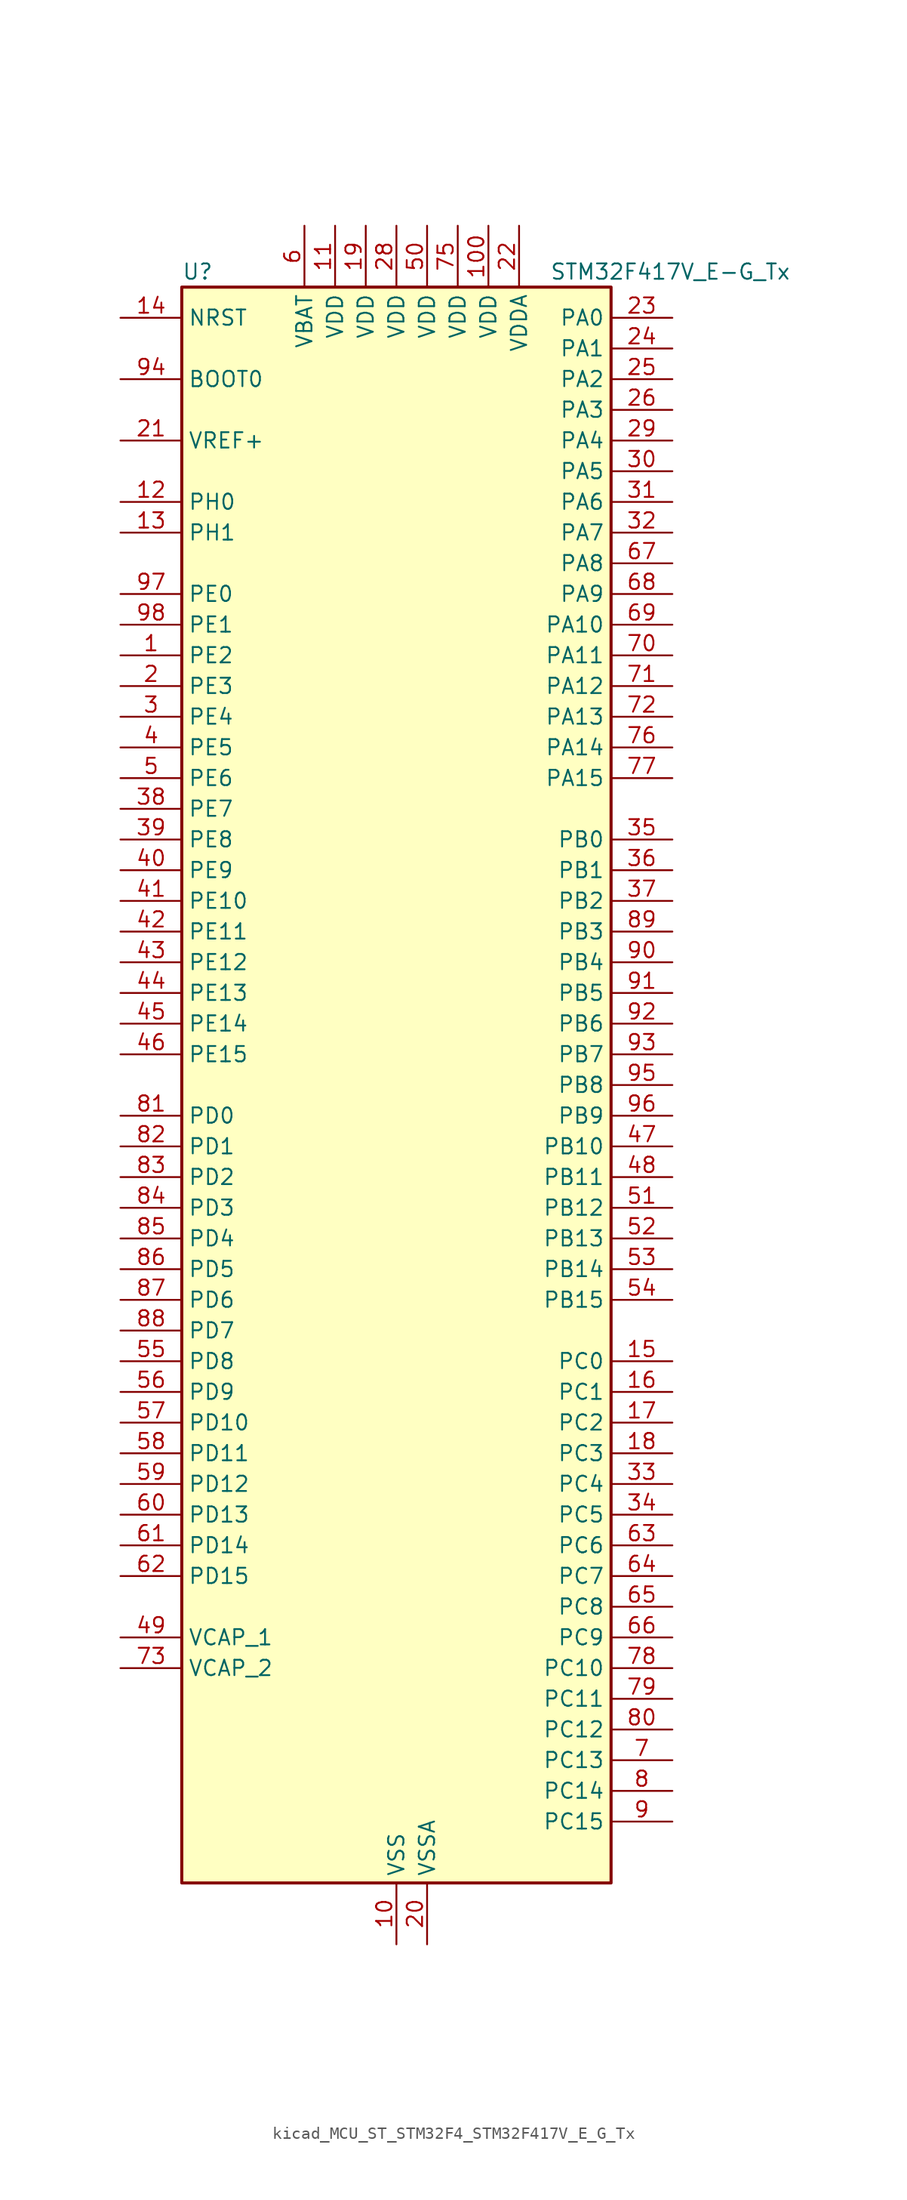
<source format=kicad_sym>
(kicad_symbol_lib
  (version 20220914)
  (generator kicad_symbol_editor)
  (symbol "kicad_MCU_ST_STM32F4_STM32F417V_E_G_Tx"
    (property "Reference" "U"
      (at -17.78 67.31 0)
      (effects (font (size 1.27 1.27)) (justify left)))
    (property "Value" "STM32F417V_E-G_Tx"
      (at 12.7 67.31 0)
      (effects (font (size 1.27 1.27)) (justify left)))
    (property "ki_locked" ""
      (at 0 0 0)
      (effects (font (size 1.27 1.27))))
    (symbol "kicad_MCU_ST_STM32F4_STM32F417V_E_G_Tx_0_1"
      (rectangle (start -17.78 -66.04) (end 17.78 66.04) (stroke (width 0.254) (type default)) (fill (type background))))
    (symbol "kicad_MCU_ST_STM32F4_STM32F417V_E_G_Tx_1_1"
      (pin bidirectional line (at -22.86 35.56 0) (length 5.08) (name "PE2" (effects (font (size 1.27 1.27)))) (number "1" (effects (font (size 1.27 1.27)))) (alternate "ETH_TXD3" bidirectional line) (alternate "FSMC_A23" bidirectional line) (alternate "SYS_TRACECLK" bidirectional line))
      (pin power_in line (at 0 -71.12 90) (length 5.08) (name "VSS" (effects (font (size 1.27 1.27)))) (number "10" (effects (font (size 1.27 1.27)))))
      (pin power_in line (at 7.62 71.12 270) (length 5.08) (name "VDD" (effects (font (size 1.27 1.27)))) (number "100" (effects (font (size 1.27 1.27)))))
      (pin power_in line (at -5.08 71.12 270) (length 5.08) (name "VDD" (effects (font (size 1.27 1.27)))) (number "11" (effects (font (size 1.27 1.27)))))
      (pin bidirectional line (at -22.86 48.26 0) (length 5.08) (name "PH0" (effects (font (size 1.27 1.27)))) (number "12" (effects (font (size 1.27 1.27)))) (alternate "RCC_OSC_IN" bidirectional line))
      (pin bidirectional line (at -22.86 45.72 0) (length 5.08) (name "PH1" (effects (font (size 1.27 1.27)))) (number "13" (effects (font (size 1.27 1.27)))) (alternate "RCC_OSC_OUT" bidirectional line))
      (pin input line (at -22.86 63.5 0) (length 5.08) (name "NRST" (effects (font (size 1.27 1.27)))) (number "14" (effects (font (size 1.27 1.27)))))
      (pin bidirectional line (at 22.86 -22.86 180) (length 5.08) (name "PC0" (effects (font (size 1.27 1.27)))) (number "15" (effects (font (size 1.27 1.27)))) (alternate "ADC1_IN10" bidirectional line) (alternate "ADC2_IN10" bidirectional line) (alternate "ADC3_IN10" bidirectional line) (alternate "USB_OTG_HS_ULPI_STP" bidirectional line))
      (pin bidirectional line (at 22.86 -25.4 180) (length 5.08) (name "PC1" (effects (font (size 1.27 1.27)))) (number "16" (effects (font (size 1.27 1.27)))) (alternate "ADC1_IN11" bidirectional line) (alternate "ADC2_IN11" bidirectional line) (alternate "ADC3_IN11" bidirectional line) (alternate "ETH_MDC" bidirectional line))
      (pin bidirectional line (at 22.86 -27.94 180) (length 5.08) (name "PC2" (effects (font (size 1.27 1.27)))) (number "17" (effects (font (size 1.27 1.27)))) (alternate "ADC1_IN12" bidirectional line) (alternate "ADC2_IN12" bidirectional line) (alternate "ADC3_IN12" bidirectional line) (alternate "ETH_TXD2" bidirectional line) (alternate "I2S2_ext_SD" bidirectional line) (alternate "SPI2_MISO" bidirectional line) (alternate "USB_OTG_HS_ULPI_DIR" bidirectional line))
      (pin bidirectional line (at 22.86 -30.48 180) (length 5.08) (name "PC3" (effects (font (size 1.27 1.27)))) (number "18" (effects (font (size 1.27 1.27)))) (alternate "ADC1_IN13" bidirectional line) (alternate "ADC2_IN13" bidirectional line) (alternate "ADC3_IN13" bidirectional line) (alternate "ETH_TX_CLK" bidirectional line) (alternate "I2S2_SD" bidirectional line) (alternate "SPI2_MOSI" bidirectional line) (alternate "USB_OTG_HS_ULPI_NXT" bidirectional line))
      (pin power_in line (at -2.54 71.12 270) (length 5.08) (name "VDD" (effects (font (size 1.27 1.27)))) (number "19" (effects (font (size 1.27 1.27)))))
      (pin bidirectional line (at -22.86 33.02 0) (length 5.08) (name "PE3" (effects (font (size 1.27 1.27)))) (number "2" (effects (font (size 1.27 1.27)))) (alternate "FSMC_A19" bidirectional line) (alternate "SYS_TRACED0" bidirectional line))
      (pin power_in line (at 2.54 -71.12 90) (length 5.08) (name "VSSA" (effects (font (size 1.27 1.27)))) (number "20" (effects (font (size 1.27 1.27)))))
      (pin input line (at -22.86 53.34 0) (length 5.08) (name "VREF+" (effects (font (size 1.27 1.27)))) (number "21" (effects (font (size 1.27 1.27)))))
      (pin power_in line (at 10.16 71.12 270) (length 5.08) (name "VDDA" (effects (font (size 1.27 1.27)))) (number "22" (effects (font (size 1.27 1.27)))))
      (pin bidirectional line (at 22.86 63.5 180) (length 5.08) (name "PA0" (effects (font (size 1.27 1.27)))) (number "23" (effects (font (size 1.27 1.27)))) (alternate "ADC1_IN0" bidirectional line) (alternate "ADC2_IN0" bidirectional line) (alternate "ADC3_IN0" bidirectional line) (alternate "ETH_CRS" bidirectional line) (alternate "SYS_WKUP" bidirectional line) (alternate "TIM2_CH1" bidirectional line) (alternate "TIM2_ETR" bidirectional line) (alternate "TIM5_CH1" bidirectional line) (alternate "TIM8_ETR" bidirectional line) (alternate "UART4_TX" bidirectional line) (alternate "USART2_CTS" bidirectional line))
      (pin bidirectional line (at 22.86 60.96 180) (length 5.08) (name "PA1" (effects (font (size 1.27 1.27)))) (number "24" (effects (font (size 1.27 1.27)))) (alternate "ADC1_IN1" bidirectional line) (alternate "ADC2_IN1" bidirectional line) (alternate "ADC3_IN1" bidirectional line) (alternate "ETH_REF_CLK" bidirectional line) (alternate "ETH_RX_CLK" bidirectional line) (alternate "TIM2_CH2" bidirectional line) (alternate "TIM5_CH2" bidirectional line) (alternate "UART4_RX" bidirectional line) (alternate "USART2_RTS" bidirectional line))
      (pin bidirectional line (at 22.86 58.42 180) (length 5.08) (name "PA2" (effects (font (size 1.27 1.27)))) (number "25" (effects (font (size 1.27 1.27)))) (alternate "ADC1_IN2" bidirectional line) (alternate "ADC2_IN2" bidirectional line) (alternate "ADC3_IN2" bidirectional line) (alternate "ETH_MDIO" bidirectional line) (alternate "TIM2_CH3" bidirectional line) (alternate "TIM5_CH3" bidirectional line) (alternate "TIM9_CH1" bidirectional line) (alternate "USART2_TX" bidirectional line))
      (pin bidirectional line (at 22.86 55.88 180) (length 5.08) (name "PA3" (effects (font (size 1.27 1.27)))) (number "26" (effects (font (size 1.27 1.27)))) (alternate "ADC1_IN3" bidirectional line) (alternate "ADC2_IN3" bidirectional line) (alternate "ADC3_IN3" bidirectional line) (alternate "ETH_COL" bidirectional line) (alternate "TIM2_CH4" bidirectional line) (alternate "TIM5_CH4" bidirectional line) (alternate "TIM9_CH2" bidirectional line) (alternate "USART2_RX" bidirectional line) (alternate "USB_OTG_HS_ULPI_D0" bidirectional line))
      (pin passive line (at 0 -71.12 90) (length 5.08) hide (name "VSS" (effects (font (size 1.27 1.27)))) (number "27" (effects (font (size 1.27 1.27)))))
      (pin power_in line (at 0 71.12 270) (length 5.08) (name "VDD" (effects (font (size 1.27 1.27)))) (number "28" (effects (font (size 1.27 1.27)))))
      (pin bidirectional line (at 22.86 53.34 180) (length 5.08) (name "PA4" (effects (font (size 1.27 1.27)))) (number "29" (effects (font (size 1.27 1.27)))) (alternate "ADC1_IN4" bidirectional line) (alternate "ADC2_IN4" bidirectional line) (alternate "DAC_OUT1" bidirectional line) (alternate "DCMI_HSYNC" bidirectional line) (alternate "I2S3_WS" bidirectional line) (alternate "SPI1_NSS" bidirectional line) (alternate "SPI3_NSS" bidirectional line) (alternate "USART2_CK" bidirectional line) (alternate "USB_OTG_HS_SOF" bidirectional line))
      (pin bidirectional line (at -22.86 30.48 0) (length 5.08) (name "PE4" (effects (font (size 1.27 1.27)))) (number "3" (effects (font (size 1.27 1.27)))) (alternate "DCMI_D4" bidirectional line) (alternate "FSMC_A20" bidirectional line) (alternate "SYS_TRACED1" bidirectional line))
      (pin bidirectional line (at 22.86 50.8 180) (length 5.08) (name "PA5" (effects (font (size 1.27 1.27)))) (number "30" (effects (font (size 1.27 1.27)))) (alternate "ADC1_IN5" bidirectional line) (alternate "ADC2_IN5" bidirectional line) (alternate "DAC_OUT2" bidirectional line) (alternate "SPI1_SCK" bidirectional line) (alternate "TIM2_CH1" bidirectional line) (alternate "TIM2_ETR" bidirectional line) (alternate "TIM8_CH1N" bidirectional line) (alternate "USB_OTG_HS_ULPI_CK" bidirectional line))
      (pin bidirectional line (at 22.86 48.26 180) (length 5.08) (name "PA6" (effects (font (size 1.27 1.27)))) (number "31" (effects (font (size 1.27 1.27)))) (alternate "ADC1_IN6" bidirectional line) (alternate "ADC2_IN6" bidirectional line) (alternate "DCMI_PIXCLK" bidirectional line) (alternate "SPI1_MISO" bidirectional line) (alternate "TIM13_CH1" bidirectional line) (alternate "TIM1_BKIN" bidirectional line) (alternate "TIM3_CH1" bidirectional line) (alternate "TIM8_BKIN" bidirectional line))
      (pin bidirectional line (at 22.86 45.72 180) (length 5.08) (name "PA7" (effects (font (size 1.27 1.27)))) (number "32" (effects (font (size 1.27 1.27)))) (alternate "ADC1_IN7" bidirectional line) (alternate "ADC2_IN7" bidirectional line) (alternate "ETH_CRS_DV" bidirectional line) (alternate "ETH_RX_DV" bidirectional line) (alternate "SPI1_MOSI" bidirectional line) (alternate "TIM14_CH1" bidirectional line) (alternate "TIM1_CH1N" bidirectional line) (alternate "TIM3_CH2" bidirectional line) (alternate "TIM8_CH1N" bidirectional line))
      (pin bidirectional line (at 22.86 -33.02 180) (length 5.08) (name "PC4" (effects (font (size 1.27 1.27)))) (number "33" (effects (font (size 1.27 1.27)))) (alternate "ADC1_IN14" bidirectional line) (alternate "ADC2_IN14" bidirectional line) (alternate "ETH_RXD0" bidirectional line))
      (pin bidirectional line (at 22.86 -35.56 180) (length 5.08) (name "PC5" (effects (font (size 1.27 1.27)))) (number "34" (effects (font (size 1.27 1.27)))) (alternate "ADC1_IN15" bidirectional line) (alternate "ADC2_IN15" bidirectional line) (alternate "ETH_RXD1" bidirectional line))
      (pin bidirectional line (at 22.86 20.32 180) (length 5.08) (name "PB0" (effects (font (size 1.27 1.27)))) (number "35" (effects (font (size 1.27 1.27)))) (alternate "ADC1_IN8" bidirectional line) (alternate "ADC2_IN8" bidirectional line) (alternate "ETH_RXD2" bidirectional line) (alternate "TIM1_CH2N" bidirectional line) (alternate "TIM3_CH3" bidirectional line) (alternate "TIM8_CH2N" bidirectional line) (alternate "USB_OTG_HS_ULPI_D1" bidirectional line))
      (pin bidirectional line (at 22.86 17.78 180) (length 5.08) (name "PB1" (effects (font (size 1.27 1.27)))) (number "36" (effects (font (size 1.27 1.27)))) (alternate "ADC1_IN9" bidirectional line) (alternate "ADC2_IN9" bidirectional line) (alternate "ETH_RXD3" bidirectional line) (alternate "TIM1_CH3N" bidirectional line) (alternate "TIM3_CH4" bidirectional line) (alternate "TIM8_CH3N" bidirectional line) (alternate "USB_OTG_HS_ULPI_D2" bidirectional line))
      (pin bidirectional line (at 22.86 15.24 180) (length 5.08) (name "PB2" (effects (font (size 1.27 1.27)))) (number "37" (effects (font (size 1.27 1.27)))))
      (pin bidirectional line (at -22.86 22.86 0) (length 5.08) (name "PE7" (effects (font (size 1.27 1.27)))) (number "38" (effects (font (size 1.27 1.27)))) (alternate "FSMC_D4" bidirectional line) (alternate "FSMC_DA4" bidirectional line) (alternate "TIM1_ETR" bidirectional line))
      (pin bidirectional line (at -22.86 20.32 0) (length 5.08) (name "PE8" (effects (font (size 1.27 1.27)))) (number "39" (effects (font (size 1.27 1.27)))) (alternate "FSMC_D5" bidirectional line) (alternate "FSMC_DA5" bidirectional line) (alternate "TIM1_CH1N" bidirectional line))
      (pin bidirectional line (at -22.86 27.94 0) (length 5.08) (name "PE5" (effects (font (size 1.27 1.27)))) (number "4" (effects (font (size 1.27 1.27)))) (alternate "DCMI_D6" bidirectional line) (alternate "FSMC_A21" bidirectional line) (alternate "SYS_TRACED2" bidirectional line) (alternate "TIM9_CH1" bidirectional line))
      (pin bidirectional line (at -22.86 17.78 0) (length 5.08) (name "PE9" (effects (font (size 1.27 1.27)))) (number "40" (effects (font (size 1.27 1.27)))) (alternate "DAC_EXTI9" bidirectional line) (alternate "FSMC_D6" bidirectional line) (alternate "FSMC_DA6" bidirectional line) (alternate "TIM1_CH1" bidirectional line))
      (pin bidirectional line (at -22.86 15.24 0) (length 5.08) (name "PE10" (effects (font (size 1.27 1.27)))) (number "41" (effects (font (size 1.27 1.27)))) (alternate "FSMC_D7" bidirectional line) (alternate "FSMC_DA7" bidirectional line) (alternate "TIM1_CH2N" bidirectional line))
      (pin bidirectional line (at -22.86 12.7 0) (length 5.08) (name "PE11" (effects (font (size 1.27 1.27)))) (number "42" (effects (font (size 1.27 1.27)))) (alternate "ADC1_EXTI11" bidirectional line) (alternate "ADC2_EXTI11" bidirectional line) (alternate "ADC3_EXTI11" bidirectional line) (alternate "FSMC_D8" bidirectional line) (alternate "FSMC_DA8" bidirectional line) (alternate "TIM1_CH2" bidirectional line))
      (pin bidirectional line (at -22.86 10.16 0) (length 5.08) (name "PE12" (effects (font (size 1.27 1.27)))) (number "43" (effects (font (size 1.27 1.27)))) (alternate "FSMC_D9" bidirectional line) (alternate "FSMC_DA9" bidirectional line) (alternate "TIM1_CH3N" bidirectional line))
      (pin bidirectional line (at -22.86 7.62 0) (length 5.08) (name "PE13" (effects (font (size 1.27 1.27)))) (number "44" (effects (font (size 1.27 1.27)))) (alternate "FSMC_D10" bidirectional line) (alternate "FSMC_DA10" bidirectional line) (alternate "TIM1_CH3" bidirectional line))
      (pin bidirectional line (at -22.86 5.08 0) (length 5.08) (name "PE14" (effects (font (size 1.27 1.27)))) (number "45" (effects (font (size 1.27 1.27)))) (alternate "FSMC_D11" bidirectional line) (alternate "FSMC_DA11" bidirectional line) (alternate "TIM1_CH4" bidirectional line))
      (pin bidirectional line (at -22.86 2.54 0) (length 5.08) (name "PE15" (effects (font (size 1.27 1.27)))) (number "46" (effects (font (size 1.27 1.27)))) (alternate "ADC1_EXTI15" bidirectional line) (alternate "ADC2_EXTI15" bidirectional line) (alternate "ADC3_EXTI15" bidirectional line) (alternate "FSMC_D12" bidirectional line) (alternate "FSMC_DA12" bidirectional line) (alternate "TIM1_BKIN" bidirectional line))
      (pin bidirectional line (at 22.86 -5.08 180) (length 5.08) (name "PB10" (effects (font (size 1.27 1.27)))) (number "47" (effects (font (size 1.27 1.27)))) (alternate "ETH_RX_ER" bidirectional line) (alternate "I2C2_SCL" bidirectional line) (alternate "I2S2_CK" bidirectional line) (alternate "SPI2_SCK" bidirectional line) (alternate "TIM2_CH3" bidirectional line) (alternate "USART3_TX" bidirectional line) (alternate "USB_OTG_HS_ULPI_D3" bidirectional line))
      (pin bidirectional line (at 22.86 -7.62 180) (length 5.08) (name "PB11" (effects (font (size 1.27 1.27)))) (number "48" (effects (font (size 1.27 1.27)))) (alternate "ADC1_EXTI11" bidirectional line) (alternate "ADC2_EXTI11" bidirectional line) (alternate "ADC3_EXTI11" bidirectional line) (alternate "ETH_TX_EN" bidirectional line) (alternate "I2C2_SDA" bidirectional line) (alternate "TIM2_CH4" bidirectional line) (alternate "USART3_RX" bidirectional line) (alternate "USB_OTG_HS_ULPI_D4" bidirectional line))
      (pin power_out line (at -22.86 -45.72 0) (length 5.08) (name "VCAP_1" (effects (font (size 1.27 1.27)))) (number "49" (effects (font (size 1.27 1.27)))))
      (pin bidirectional line (at -22.86 25.4 0) (length 5.08) (name "PE6" (effects (font (size 1.27 1.27)))) (number "5" (effects (font (size 1.27 1.27)))) (alternate "DCMI_D7" bidirectional line) (alternate "FSMC_A22" bidirectional line) (alternate "SYS_TRACED3" bidirectional line) (alternate "TIM9_CH2" bidirectional line))
      (pin power_in line (at 2.54 71.12 270) (length 5.08) (name "VDD" (effects (font (size 1.27 1.27)))) (number "50" (effects (font (size 1.27 1.27)))))
      (pin bidirectional line (at 22.86 -10.16 180) (length 5.08) (name "PB12" (effects (font (size 1.27 1.27)))) (number "51" (effects (font (size 1.27 1.27)))) (alternate "CAN2_RX" bidirectional line) (alternate "ETH_TXD0" bidirectional line) (alternate "I2C2_SMBA" bidirectional line) (alternate "I2S2_WS" bidirectional line) (alternate "SPI2_NSS" bidirectional line) (alternate "TIM1_BKIN" bidirectional line) (alternate "USART3_CK" bidirectional line) (alternate "USB_OTG_HS_ID" bidirectional line) (alternate "USB_OTG_HS_ULPI_D5" bidirectional line))
      (pin bidirectional line (at 22.86 -12.7 180) (length 5.08) (name "PB13" (effects (font (size 1.27 1.27)))) (number "52" (effects (font (size 1.27 1.27)))) (alternate "CAN2_TX" bidirectional line) (alternate "ETH_TXD1" bidirectional line) (alternate "I2S2_CK" bidirectional line) (alternate "SPI2_SCK" bidirectional line) (alternate "TIM1_CH1N" bidirectional line) (alternate "USART3_CTS" bidirectional line) (alternate "USB_OTG_HS_ULPI_D6" bidirectional line) (alternate "USB_OTG_HS_VBUS" bidirectional line))
      (pin bidirectional line (at 22.86 -15.24 180) (length 5.08) (name "PB14" (effects (font (size 1.27 1.27)))) (number "53" (effects (font (size 1.27 1.27)))) (alternate "I2S2_ext_SD" bidirectional line) (alternate "SPI2_MISO" bidirectional line) (alternate "TIM12_CH1" bidirectional line) (alternate "TIM1_CH2N" bidirectional line) (alternate "TIM8_CH2N" bidirectional line) (alternate "USART3_RTS" bidirectional line) (alternate "USB_OTG_HS_DM" bidirectional line))
      (pin bidirectional line (at 22.86 -17.78 180) (length 5.08) (name "PB15" (effects (font (size 1.27 1.27)))) (number "54" (effects (font (size 1.27 1.27)))) (alternate "ADC1_EXTI15" bidirectional line) (alternate "ADC2_EXTI15" bidirectional line) (alternate "ADC3_EXTI15" bidirectional line) (alternate "I2S2_SD" bidirectional line) (alternate "RTC_REFIN" bidirectional line) (alternate "SPI2_MOSI" bidirectional line) (alternate "TIM12_CH2" bidirectional line) (alternate "TIM1_CH3N" bidirectional line) (alternate "TIM8_CH3N" bidirectional line) (alternate "USB_OTG_HS_DP" bidirectional line))
      (pin bidirectional line (at -22.86 -22.86 0) (length 5.08) (name "PD8" (effects (font (size 1.27 1.27)))) (number "55" (effects (font (size 1.27 1.27)))) (alternate "FSMC_D13" bidirectional line) (alternate "FSMC_DA13" bidirectional line) (alternate "USART3_TX" bidirectional line))
      (pin bidirectional line (at -22.86 -25.4 0) (length 5.08) (name "PD9" (effects (font (size 1.27 1.27)))) (number "56" (effects (font (size 1.27 1.27)))) (alternate "DAC_EXTI9" bidirectional line) (alternate "FSMC_D14" bidirectional line) (alternate "FSMC_DA14" bidirectional line) (alternate "USART3_RX" bidirectional line))
      (pin bidirectional line (at -22.86 -27.94 0) (length 5.08) (name "PD10" (effects (font (size 1.27 1.27)))) (number "57" (effects (font (size 1.27 1.27)))) (alternate "FSMC_D15" bidirectional line) (alternate "FSMC_DA15" bidirectional line) (alternate "USART3_CK" bidirectional line))
      (pin bidirectional line (at -22.86 -30.48 0) (length 5.08) (name "PD11" (effects (font (size 1.27 1.27)))) (number "58" (effects (font (size 1.27 1.27)))) (alternate "ADC1_EXTI11" bidirectional line) (alternate "ADC2_EXTI11" bidirectional line) (alternate "ADC3_EXTI11" bidirectional line) (alternate "FSMC_A16" bidirectional line) (alternate "FSMC_CLE" bidirectional line) (alternate "USART3_CTS" bidirectional line))
      (pin bidirectional line (at -22.86 -33.02 0) (length 5.08) (name "PD12" (effects (font (size 1.27 1.27)))) (number "59" (effects (font (size 1.27 1.27)))) (alternate "FSMC_A17" bidirectional line) (alternate "FSMC_ALE" bidirectional line) (alternate "TIM4_CH1" bidirectional line) (alternate "USART3_RTS" bidirectional line))
      (pin power_in line (at -7.62 71.12 270) (length 5.08) (name "VBAT" (effects (font (size 1.27 1.27)))) (number "6" (effects (font (size 1.27 1.27)))))
      (pin bidirectional line (at -22.86 -35.56 0) (length 5.08) (name "PD13" (effects (font (size 1.27 1.27)))) (number "60" (effects (font (size 1.27 1.27)))) (alternate "FSMC_A18" bidirectional line) (alternate "TIM4_CH2" bidirectional line))
      (pin bidirectional line (at -22.86 -38.1 0) (length 5.08) (name "PD14" (effects (font (size 1.27 1.27)))) (number "61" (effects (font (size 1.27 1.27)))) (alternate "FSMC_D0" bidirectional line) (alternate "FSMC_DA0" bidirectional line) (alternate "TIM4_CH3" bidirectional line))
      (pin bidirectional line (at -22.86 -40.64 0) (length 5.08) (name "PD15" (effects (font (size 1.27 1.27)))) (number "62" (effects (font (size 1.27 1.27)))) (alternate "ADC1_EXTI15" bidirectional line) (alternate "ADC2_EXTI15" bidirectional line) (alternate "ADC3_EXTI15" bidirectional line) (alternate "FSMC_D1" bidirectional line) (alternate "FSMC_DA1" bidirectional line) (alternate "TIM4_CH4" bidirectional line))
      (pin bidirectional line (at 22.86 -38.1 180) (length 5.08) (name "PC6" (effects (font (size 1.27 1.27)))) (number "63" (effects (font (size 1.27 1.27)))) (alternate "DCMI_D0" bidirectional line) (alternate "I2S2_MCK" bidirectional line) (alternate "SDIO_D6" bidirectional line) (alternate "TIM3_CH1" bidirectional line) (alternate "TIM8_CH1" bidirectional line) (alternate "USART6_TX" bidirectional line))
      (pin bidirectional line (at 22.86 -40.64 180) (length 5.08) (name "PC7" (effects (font (size 1.27 1.27)))) (number "64" (effects (font (size 1.27 1.27)))) (alternate "DCMI_D1" bidirectional line) (alternate "I2S3_MCK" bidirectional line) (alternate "SDIO_D7" bidirectional line) (alternate "TIM3_CH2" bidirectional line) (alternate "TIM8_CH2" bidirectional line) (alternate "USART6_RX" bidirectional line))
      (pin bidirectional line (at 22.86 -43.18 180) (length 5.08) (name "PC8" (effects (font (size 1.27 1.27)))) (number "65" (effects (font (size 1.27 1.27)))) (alternate "DCMI_D2" bidirectional line) (alternate "SDIO_D0" bidirectional line) (alternate "TIM3_CH3" bidirectional line) (alternate "TIM8_CH3" bidirectional line) (alternate "USART6_CK" bidirectional line))
      (pin bidirectional line (at 22.86 -45.72 180) (length 5.08) (name "PC9" (effects (font (size 1.27 1.27)))) (number "66" (effects (font (size 1.27 1.27)))) (alternate "DAC_EXTI9" bidirectional line) (alternate "DCMI_D3" bidirectional line) (alternate "I2C3_SDA" bidirectional line) (alternate "I2S_CKIN" bidirectional line) (alternate "RCC_MCO_2" bidirectional line) (alternate "SDIO_D1" bidirectional line) (alternate "TIM3_CH4" bidirectional line) (alternate "TIM8_CH4" bidirectional line))
      (pin bidirectional line (at 22.86 43.18 180) (length 5.08) (name "PA8" (effects (font (size 1.27 1.27)))) (number "67" (effects (font (size 1.27 1.27)))) (alternate "I2C3_SCL" bidirectional line) (alternate "RCC_MCO_1" bidirectional line) (alternate "TIM1_CH1" bidirectional line) (alternate "USART1_CK" bidirectional line) (alternate "USB_OTG_FS_SOF" bidirectional line))
      (pin bidirectional line (at 22.86 40.64 180) (length 5.08) (name "PA9" (effects (font (size 1.27 1.27)))) (number "68" (effects (font (size 1.27 1.27)))) (alternate "DAC_EXTI9" bidirectional line) (alternate "DCMI_D0" bidirectional line) (alternate "I2C3_SMBA" bidirectional line) (alternate "TIM1_CH2" bidirectional line) (alternate "USART1_TX" bidirectional line) (alternate "USB_OTG_FS_VBUS" bidirectional line))
      (pin bidirectional line (at 22.86 38.1 180) (length 5.08) (name "PA10" (effects (font (size 1.27 1.27)))) (number "69" (effects (font (size 1.27 1.27)))) (alternate "DCMI_D1" bidirectional line) (alternate "TIM1_CH3" bidirectional line) (alternate "USART1_RX" bidirectional line) (alternate "USB_OTG_FS_ID" bidirectional line))
      (pin bidirectional line (at 22.86 -55.88 180) (length 5.08) (name "PC13" (effects (font (size 1.27 1.27)))) (number "7" (effects (font (size 1.27 1.27)))) (alternate "RTC_AF1" bidirectional line))
      (pin bidirectional line (at 22.86 35.56 180) (length 5.08) (name "PA11" (effects (font (size 1.27 1.27)))) (number "70" (effects (font (size 1.27 1.27)))) (alternate "ADC1_EXTI11" bidirectional line) (alternate "ADC2_EXTI11" bidirectional line) (alternate "ADC3_EXTI11" bidirectional line) (alternate "CAN1_RX" bidirectional line) (alternate "TIM1_CH4" bidirectional line) (alternate "USART1_CTS" bidirectional line) (alternate "USB_OTG_FS_DM" bidirectional line))
      (pin bidirectional line (at 22.86 33.02 180) (length 5.08) (name "PA12" (effects (font (size 1.27 1.27)))) (number "71" (effects (font (size 1.27 1.27)))) (alternate "CAN1_TX" bidirectional line) (alternate "TIM1_ETR" bidirectional line) (alternate "USART1_RTS" bidirectional line) (alternate "USB_OTG_FS_DP" bidirectional line))
      (pin bidirectional line (at 22.86 30.48 180) (length 5.08) (name "PA13" (effects (font (size 1.27 1.27)))) (number "72" (effects (font (size 1.27 1.27)))) (alternate "SYS_JTMS-SWDIO" bidirectional line))
      (pin power_out line (at -22.86 -48.26 0) (length 5.08) (name "VCAP_2" (effects (font (size 1.27 1.27)))) (number "73" (effects (font (size 1.27 1.27)))))
      (pin passive line (at 0 -71.12 90) (length 5.08) hide (name "VSS" (effects (font (size 1.27 1.27)))) (number "74" (effects (font (size 1.27 1.27)))))
      (pin power_in line (at 5.08 71.12 270) (length 5.08) (name "VDD" (effects (font (size 1.27 1.27)))) (number "75" (effects (font (size 1.27 1.27)))))
      (pin bidirectional line (at 22.86 27.94 180) (length 5.08) (name "PA14" (effects (font (size 1.27 1.27)))) (number "76" (effects (font (size 1.27 1.27)))) (alternate "SYS_JTCK-SWCLK" bidirectional line))
      (pin bidirectional line (at 22.86 25.4 180) (length 5.08) (name "PA15" (effects (font (size 1.27 1.27)))) (number "77" (effects (font (size 1.27 1.27)))) (alternate "ADC1_EXTI15" bidirectional line) (alternate "ADC2_EXTI15" bidirectional line) (alternate "ADC3_EXTI15" bidirectional line) (alternate "I2S3_WS" bidirectional line) (alternate "SPI1_NSS" bidirectional line) (alternate "SPI3_NSS" bidirectional line) (alternate "SYS_JTDI" bidirectional line) (alternate "TIM2_CH1" bidirectional line) (alternate "TIM2_ETR" bidirectional line))
      (pin bidirectional line (at 22.86 -48.26 180) (length 5.08) (name "PC10" (effects (font (size 1.27 1.27)))) (number "78" (effects (font (size 1.27 1.27)))) (alternate "DCMI_D8" bidirectional line) (alternate "I2S3_CK" bidirectional line) (alternate "SDIO_D2" bidirectional line) (alternate "SPI3_SCK" bidirectional line) (alternate "UART4_TX" bidirectional line) (alternate "USART3_TX" bidirectional line))
      (pin bidirectional line (at 22.86 -50.8 180) (length 5.08) (name "PC11" (effects (font (size 1.27 1.27)))) (number "79" (effects (font (size 1.27 1.27)))) (alternate "ADC1_EXTI11" bidirectional line) (alternate "ADC2_EXTI11" bidirectional line) (alternate "ADC3_EXTI11" bidirectional line) (alternate "DCMI_D4" bidirectional line) (alternate "I2S3_ext_SD" bidirectional line) (alternate "SDIO_D3" bidirectional line) (alternate "SPI3_MISO" bidirectional line) (alternate "UART4_RX" bidirectional line) (alternate "USART3_RX" bidirectional line))
      (pin bidirectional line (at 22.86 -58.42 180) (length 5.08) (name "PC14" (effects (font (size 1.27 1.27)))) (number "8" (effects (font (size 1.27 1.27)))) (alternate "RCC_OSC32_IN" bidirectional line))
      (pin bidirectional line (at 22.86 -53.34 180) (length 5.08) (name "PC12" (effects (font (size 1.27 1.27)))) (number "80" (effects (font (size 1.27 1.27)))) (alternate "DCMI_D9" bidirectional line) (alternate "I2S3_SD" bidirectional line) (alternate "SDIO_CK" bidirectional line) (alternate "SPI3_MOSI" bidirectional line) (alternate "UART5_TX" bidirectional line) (alternate "USART3_CK" bidirectional line))
      (pin bidirectional line (at -22.86 -2.54 0) (length 5.08) (name "PD0" (effects (font (size 1.27 1.27)))) (number "81" (effects (font (size 1.27 1.27)))) (alternate "CAN1_RX" bidirectional line) (alternate "FSMC_D2" bidirectional line) (alternate "FSMC_DA2" bidirectional line))
      (pin bidirectional line (at -22.86 -5.08 0) (length 5.08) (name "PD1" (effects (font (size 1.27 1.27)))) (number "82" (effects (font (size 1.27 1.27)))) (alternate "CAN1_TX" bidirectional line) (alternate "FSMC_D3" bidirectional line) (alternate "FSMC_DA3" bidirectional line))
      (pin bidirectional line (at -22.86 -7.62 0) (length 5.08) (name "PD2" (effects (font (size 1.27 1.27)))) (number "83" (effects (font (size 1.27 1.27)))) (alternate "DCMI_D11" bidirectional line) (alternate "SDIO_CMD" bidirectional line) (alternate "TIM3_ETR" bidirectional line) (alternate "UART5_RX" bidirectional line))
      (pin bidirectional line (at -22.86 -10.16 0) (length 5.08) (name "PD3" (effects (font (size 1.27 1.27)))) (number "84" (effects (font (size 1.27 1.27)))) (alternate "FSMC_CLK" bidirectional line) (alternate "USART2_CTS" bidirectional line))
      (pin bidirectional line (at -22.86 -12.7 0) (length 5.08) (name "PD4" (effects (font (size 1.27 1.27)))) (number "85" (effects (font (size 1.27 1.27)))) (alternate "FSMC_NOE" bidirectional line) (alternate "USART2_RTS" bidirectional line))
      (pin bidirectional line (at -22.86 -15.24 0) (length 5.08) (name "PD5" (effects (font (size 1.27 1.27)))) (number "86" (effects (font (size 1.27 1.27)))) (alternate "FSMC_NWE" bidirectional line) (alternate "USART2_TX" bidirectional line))
      (pin bidirectional line (at -22.86 -17.78 0) (length 5.08) (name "PD6" (effects (font (size 1.27 1.27)))) (number "87" (effects (font (size 1.27 1.27)))) (alternate "FSMC_NWAIT" bidirectional line) (alternate "USART2_RX" bidirectional line))
      (pin bidirectional line (at -22.86 -20.32 0) (length 5.08) (name "PD7" (effects (font (size 1.27 1.27)))) (number "88" (effects (font (size 1.27 1.27)))) (alternate "FSMC_NCE2" bidirectional line) (alternate "FSMC_NE1" bidirectional line) (alternate "USART2_CK" bidirectional line))
      (pin bidirectional line (at 22.86 12.7 180) (length 5.08) (name "PB3" (effects (font (size 1.27 1.27)))) (number "89" (effects (font (size 1.27 1.27)))) (alternate "I2S3_CK" bidirectional line) (alternate "SPI1_SCK" bidirectional line) (alternate "SPI3_SCK" bidirectional line) (alternate "SYS_JTDO-SWO" bidirectional line) (alternate "TIM2_CH2" bidirectional line))
      (pin bidirectional line (at 22.86 -60.96 180) (length 5.08) (name "PC15" (effects (font (size 1.27 1.27)))) (number "9" (effects (font (size 1.27 1.27)))) (alternate "ADC1_EXTI15" bidirectional line) (alternate "ADC2_EXTI15" bidirectional line) (alternate "ADC3_EXTI15" bidirectional line) (alternate "RCC_OSC32_OUT" bidirectional line))
      (pin bidirectional line (at 22.86 10.16 180) (length 5.08) (name "PB4" (effects (font (size 1.27 1.27)))) (number "90" (effects (font (size 1.27 1.27)))) (alternate "I2S3_ext_SD" bidirectional line) (alternate "SPI1_MISO" bidirectional line) (alternate "SPI3_MISO" bidirectional line) (alternate "SYS_JTRST" bidirectional line) (alternate "TIM3_CH1" bidirectional line))
      (pin bidirectional line (at 22.86 7.62 180) (length 5.08) (name "PB5" (effects (font (size 1.27 1.27)))) (number "91" (effects (font (size 1.27 1.27)))) (alternate "CAN2_RX" bidirectional line) (alternate "DCMI_D10" bidirectional line) (alternate "ETH_PPS_OUT" bidirectional line) (alternate "I2C1_SMBA" bidirectional line) (alternate "I2S3_SD" bidirectional line) (alternate "SPI1_MOSI" bidirectional line) (alternate "SPI3_MOSI" bidirectional line) (alternate "TIM3_CH2" bidirectional line) (alternate "USB_OTG_HS_ULPI_D7" bidirectional line))
      (pin bidirectional line (at 22.86 5.08 180) (length 5.08) (name "PB6" (effects (font (size 1.27 1.27)))) (number "92" (effects (font (size 1.27 1.27)))) (alternate "CAN2_TX" bidirectional line) (alternate "DCMI_D5" bidirectional line) (alternate "I2C1_SCL" bidirectional line) (alternate "TIM4_CH1" bidirectional line) (alternate "USART1_TX" bidirectional line))
      (pin bidirectional line (at 22.86 2.54 180) (length 5.08) (name "PB7" (effects (font (size 1.27 1.27)))) (number "93" (effects (font (size 1.27 1.27)))) (alternate "DCMI_VSYNC" bidirectional line) (alternate "FSMC_NL" bidirectional line) (alternate "I2C1_SDA" bidirectional line) (alternate "TIM4_CH2" bidirectional line) (alternate "USART1_RX" bidirectional line))
      (pin input line (at -22.86 58.42 0) (length 5.08) (name "BOOT0" (effects (font (size 1.27 1.27)))) (number "94" (effects (font (size 1.27 1.27)))))
      (pin bidirectional line (at 22.86 0 180) (length 5.08) (name "PB8" (effects (font (size 1.27 1.27)))) (number "95" (effects (font (size 1.27 1.27)))) (alternate "CAN1_RX" bidirectional line) (alternate "DCMI_D6" bidirectional line) (alternate "ETH_TXD3" bidirectional line) (alternate "I2C1_SCL" bidirectional line) (alternate "SDIO_D4" bidirectional line) (alternate "TIM10_CH1" bidirectional line) (alternate "TIM4_CH3" bidirectional line))
      (pin bidirectional line (at 22.86 -2.54 180) (length 5.08) (name "PB9" (effects (font (size 1.27 1.27)))) (number "96" (effects (font (size 1.27 1.27)))) (alternate "CAN1_TX" bidirectional line) (alternate "DAC_EXTI9" bidirectional line) (alternate "DCMI_D7" bidirectional line) (alternate "I2C1_SDA" bidirectional line) (alternate "I2S2_WS" bidirectional line) (alternate "SDIO_D5" bidirectional line) (alternate "SPI2_NSS" bidirectional line) (alternate "TIM11_CH1" bidirectional line) (alternate "TIM4_CH4" bidirectional line))
      (pin bidirectional line (at -22.86 40.64 0) (length 5.08) (name "PE0" (effects (font (size 1.27 1.27)))) (number "97" (effects (font (size 1.27 1.27)))) (alternate "DCMI_D2" bidirectional line) (alternate "FSMC_NBL0" bidirectional line) (alternate "TIM4_ETR" bidirectional line))
      (pin bidirectional line (at -22.86 38.1 0) (length 5.08) (name "PE1" (effects (font (size 1.27 1.27)))) (number "98" (effects (font (size 1.27 1.27)))) (alternate "DCMI_D3" bidirectional line) (alternate "FSMC_NBL1" bidirectional line))
      (pin passive line (at 0 -71.12 90) (length 5.08) hide (name "VSS" (effects (font (size 1.27 1.27)))) (number "99" (effects (font (size 1.27 1.27))))))))
</source>
